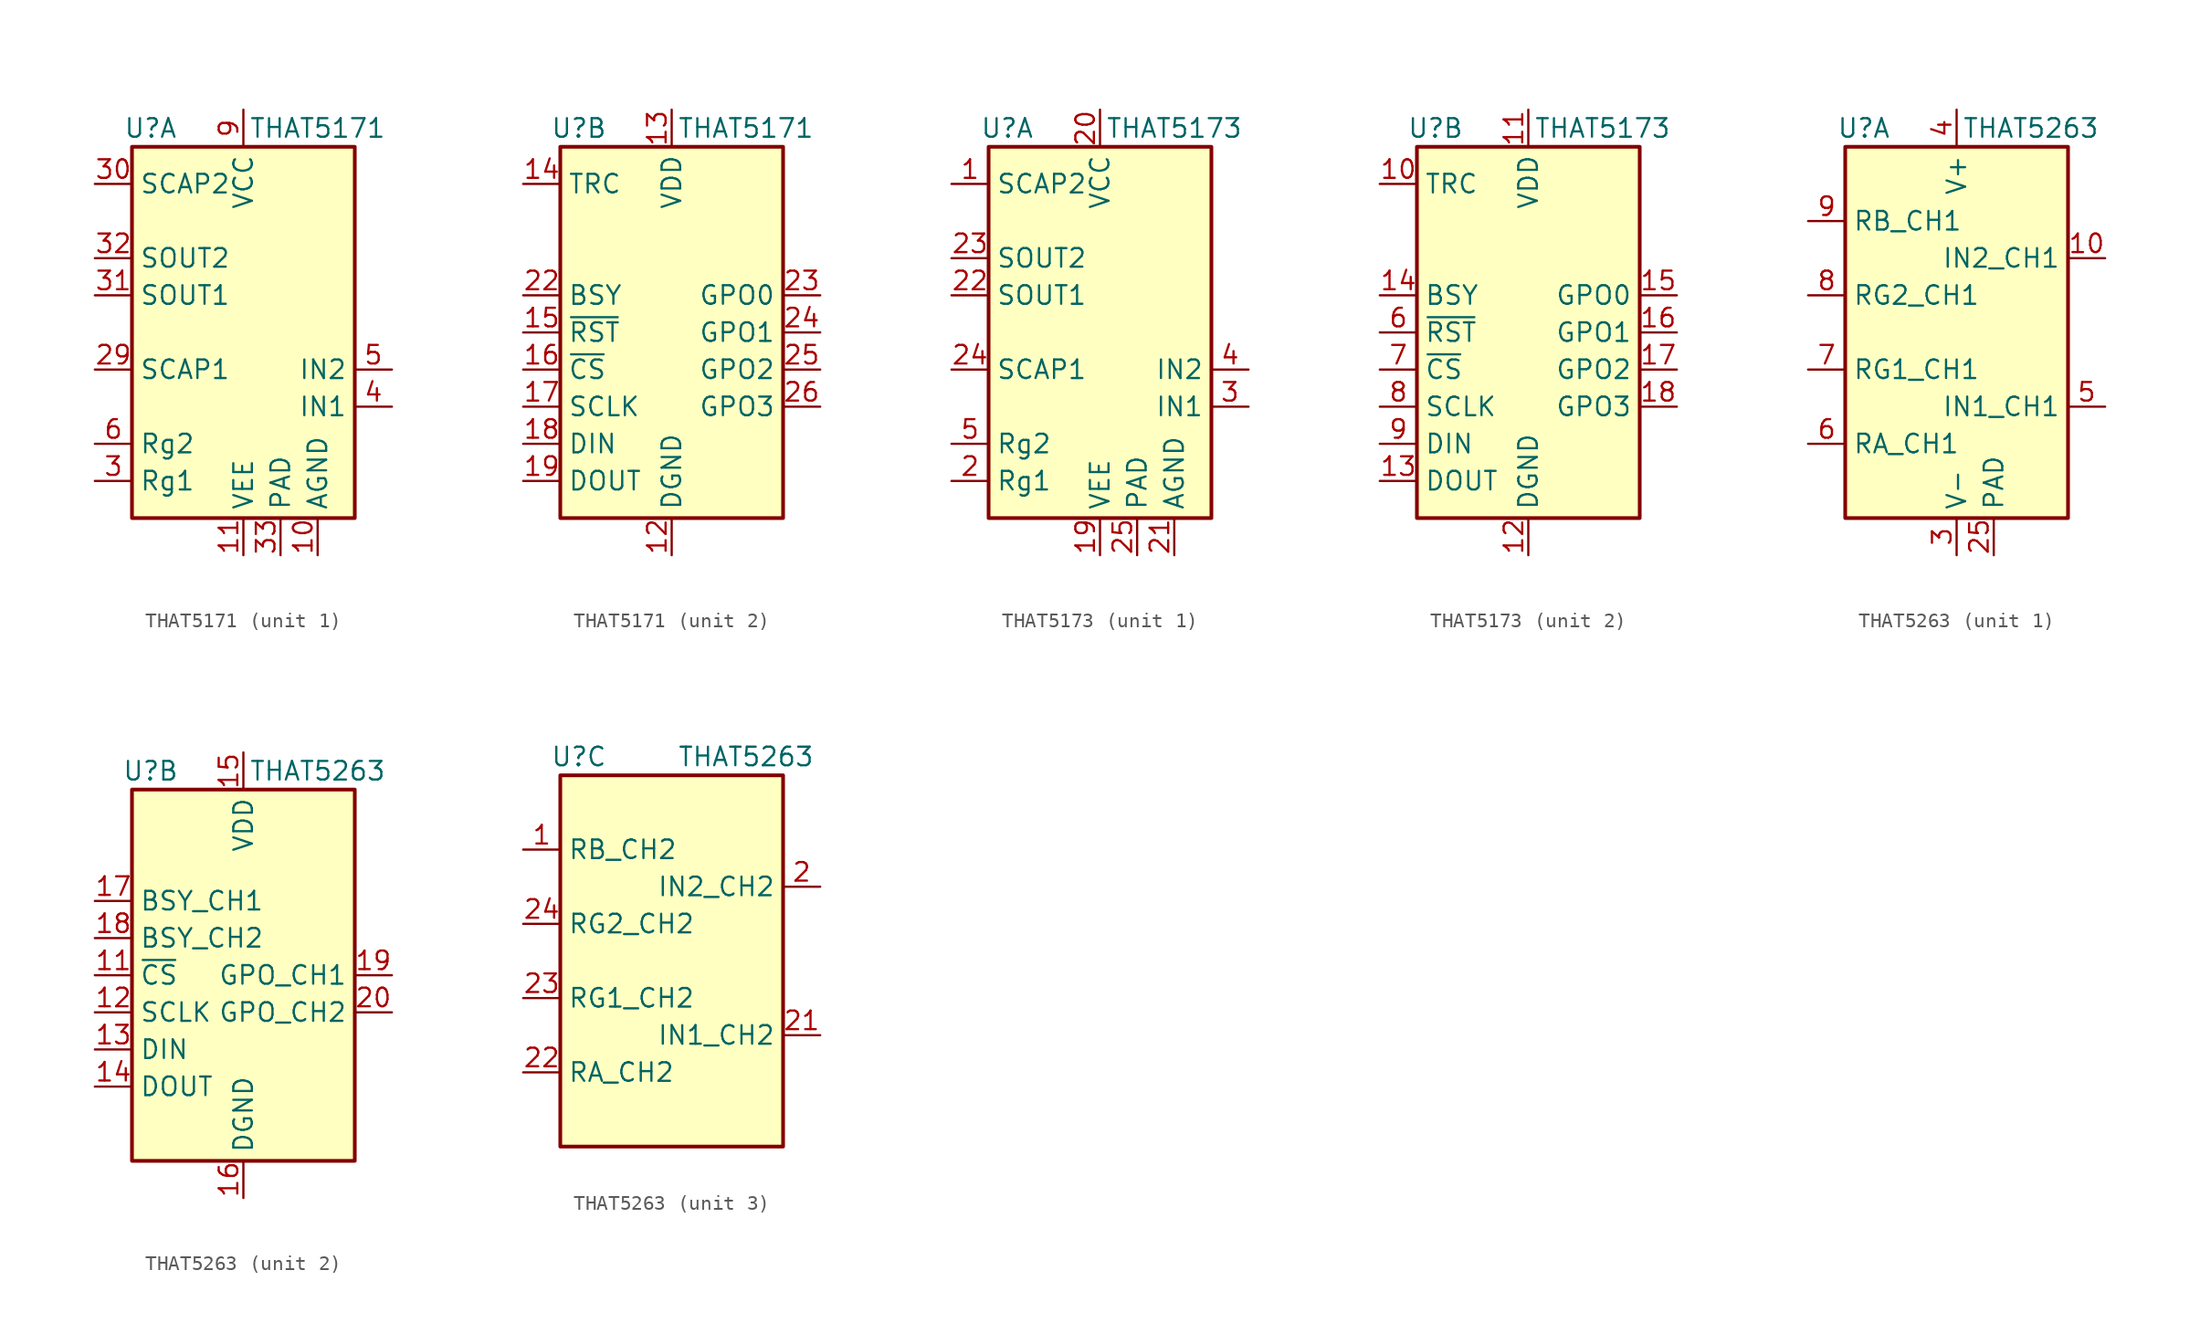
<source format=kicad_sym>
(kicad_symbol_lib
  (version 20231120)
  (generator "kicad_symbol_editor")
  (generator_version "8.0")
  (symbol "THAT5171"
    (property "Reference" "U"
      (at -6.35 13.97 0)
      (effects (font (size 1.27 1.27))))
    (property "Value" "THAT5171"
      (at 5.08 13.97 0)
      (effects (font (size 1.27 1.27))))
    (property "ki_locked" ""
      (at 0 0 0)
      (effects (font (size 1.27 1.27))))
    (symbol "THAT5171_0_1"
      (rectangle (start -7.62 12.7) (end 7.62 -12.7) (stroke (width 0.254) (type solid)) (fill (type background))))
    (symbol "THAT5171_1_1"
      (pin no_connect line (at 7.62 10.16 180) (length 2.54) hide (name "NC" (effects (font (size 1.27 1.27)))) (number "1" (effects (font (size 1.27 1.27)))))
      (pin power_in line (at 5.08 -15.24 90) (length 2.54) (name "AGND" (effects (font (size 1.27 1.27)))) (number "10" (effects (font (size 1.27 1.27)))))
      (pin power_in line (at 0 -15.24 90) (length 2.54) (name "VEE" (effects (font (size 1.27 1.27)))) (number "11" (effects (font (size 1.27 1.27)))))
      (pin no_connect line (at 7.62 7.62 180) (length 2.54) hide (name "NC" (effects (font (size 1.27 1.27)))) (number "2" (effects (font (size 1.27 1.27)))))
      (pin no_connect line (at 7.62 0 180) (length 2.54) hide (name "NC" (effects (font (size 1.27 1.27)))) (number "27" (effects (font (size 1.27 1.27)))))
      (pin passive line (at 5.08 -15.24 90) (length 2.54) hide (name "AGND" (effects (font (size 1.27 1.27)))) (number "28" (effects (font (size 1.27 1.27)))))
      (pin passive line (at -10.16 -2.54 0) (length 2.54) (name "SCAP1" (effects (font (size 1.27 1.27)))) (number "29" (effects (font (size 1.27 1.27)))))
      (pin passive line (at -10.16 -10.16 0) (length 2.54) (name "Rg1" (effects (font (size 1.27 1.27)))) (number "3" (effects (font (size 1.27 1.27)))))
      (pin passive line (at -10.16 10.16 0) (length 2.54) (name "SCAP2" (effects (font (size 1.27 1.27)))) (number "30" (effects (font (size 1.27 1.27)))))
      (pin output line (at -10.16 2.54 0) (length 2.54) (name "SOUT1" (effects (font (size 1.27 1.27)))) (number "31" (effects (font (size 1.27 1.27)))))
      (pin output line (at -10.16 5.08 0) (length 2.54) (name "SOUT2" (effects (font (size 1.27 1.27)))) (number "32" (effects (font (size 1.27 1.27)))))
      (pin passive line (at 2.54 -15.24 90) (length 2.54) (name "PAD" (effects (font (size 1.27 1.27)))) (number "33" (effects (font (size 1.27 1.27)))))
      (pin input line (at 10.16 -5.08 180) (length 2.54) (name "IN1" (effects (font (size 1.27 1.27)))) (number "4" (effects (font (size 1.27 1.27)))))
      (pin input line (at 10.16 -2.54 180) (length 2.54) (name "IN2" (effects (font (size 1.27 1.27)))) (number "5" (effects (font (size 1.27 1.27)))))
      (pin passive line (at -10.16 -7.62 0) (length 2.54) (name "Rg2" (effects (font (size 1.27 1.27)))) (number "6" (effects (font (size 1.27 1.27)))))
      (pin no_connect line (at 7.62 5.08 180) (length 2.54) hide (name "NC" (effects (font (size 1.27 1.27)))) (number "7" (effects (font (size 1.27 1.27)))))
      (pin no_connect line (at 7.62 2.54 180) (length 2.54) hide (name "NC" (effects (font (size 1.27 1.27)))) (number "8" (effects (font (size 1.27 1.27)))))
      (pin power_in line (at 0 15.24 270) (length 2.54) (name "VCC" (effects (font (size 1.27 1.27)))) (number "9" (effects (font (size 1.27 1.27))))))
    (symbol "THAT5171_2_1"
      (pin power_in line (at 0 -15.24 90) (length 2.54) (name "DGND" (effects (font (size 1.27 1.27)))) (number "12" (effects (font (size 1.27 1.27)))))
      (pin power_in line (at 0 15.24 270) (length 2.54) (name "VDD" (effects (font (size 1.27 1.27)))) (number "13" (effects (font (size 1.27 1.27)))))
      (pin passive line (at -10.16 10.16 0) (length 2.54) (name "TRC" (effects (font (size 1.27 1.27)))) (number "14" (effects (font (size 1.27 1.27)))))
      (pin input line (at -10.16 0 0) (length 2.54) (name "~{RST}" (effects (font (size 1.27 1.27)))) (number "15" (effects (font (size 1.27 1.27)))))
      (pin input line (at -10.16 -2.54 0) (length 2.54) (name "~{CS}" (effects (font (size 1.27 1.27)))) (number "16" (effects (font (size 1.27 1.27)))))
      (pin input line (at -10.16 -5.08 0) (length 2.54) (name "SCLK" (effects (font (size 1.27 1.27)))) (number "17" (effects (font (size 1.27 1.27)))))
      (pin input line (at -10.16 -7.62 0) (length 2.54) (name "DIN" (effects (font (size 1.27 1.27)))) (number "18" (effects (font (size 1.27 1.27)))))
      (pin tri_state line (at -10.16 -10.16 0) (length 2.54) (name "DOUT" (effects (font (size 1.27 1.27)))) (number "19" (effects (font (size 1.27 1.27)))))
      (pin passive line (at 0 -15.24 90) (length 2.54) hide (name "DGND" (effects (font (size 1.27 1.27)))) (number "20" (effects (font (size 1.27 1.27)))))
      (pin passive line (at 0 15.24 270) (length 2.54) hide (name "VDD" (effects (font (size 1.27 1.27)))) (number "21" (effects (font (size 1.27 1.27)))))
      (pin output line (at -10.16 2.54 0) (length 2.54) (name "BSY" (effects (font (size 1.27 1.27)))) (number "22" (effects (font (size 1.27 1.27)))))
      (pin bidirectional line (at 10.16 2.54 180) (length 2.54) (name "GPO0" (effects (font (size 1.27 1.27)))) (number "23" (effects (font (size 1.27 1.27)))))
      (pin bidirectional line (at 10.16 0 180) (length 2.54) (name "GPO1" (effects (font (size 1.27 1.27)))) (number "24" (effects (font (size 1.27 1.27)))))
      (pin bidirectional line (at 10.16 -2.54 180) (length 2.54) (name "GPO2" (effects (font (size 1.27 1.27)))) (number "25" (effects (font (size 1.27 1.27)))))
      (pin bidirectional line (at 10.16 -5.08 180) (length 2.54) (name "GPO3" (effects (font (size 1.27 1.27)))) (number "26" (effects (font (size 1.27 1.27)))))))
  (symbol "THAT5173"
    (property "Reference" "U"
      (at -6.35 13.97 0)
      (effects (font (size 1.27 1.27))))
    (property "Value" "THAT5173"
      (at 5.08 13.97 0)
      (effects (font (size 1.27 1.27))))
    (property "ki_locked" ""
      (at 0 0 0)
      (effects (font (size 1.27 1.27))))
    (symbol "THAT5173_0_1"
      (rectangle (start -7.62 12.7) (end 7.62 -12.7) (stroke (width 0.254) (type solid)) (fill (type background))))
    (symbol "THAT5173_1_1"
      (pin passive line (at -10.16 10.16 0) (length 2.54) (name "SCAP2" (effects (font (size 1.27 1.27)))) (number "1" (effects (font (size 1.27 1.27)))))
      (pin power_in line (at 0 -15.24 90) (length 2.54) (name "VEE" (effects (font (size 1.27 1.27)))) (number "19" (effects (font (size 1.27 1.27)))))
      (pin passive line (at -10.16 -10.16 0) (length 2.54) (name "Rg1" (effects (font (size 1.27 1.27)))) (number "2" (effects (font (size 1.27 1.27)))))
      (pin power_in line (at 0 15.24 270) (length 2.54) (name "VCC" (effects (font (size 1.27 1.27)))) (number "20" (effects (font (size 1.27 1.27)))))
      (pin power_in line (at 5.08 -15.24 90) (length 2.54) (name "AGND" (effects (font (size 1.27 1.27)))) (number "21" (effects (font (size 1.27 1.27)))))
      (pin output line (at -10.16 2.54 0) (length 2.54) (name "SOUT1" (effects (font (size 1.27 1.27)))) (number "22" (effects (font (size 1.27 1.27)))))
      (pin output line (at -10.16 5.08 0) (length 2.54) (name "SOUT2" (effects (font (size 1.27 1.27)))) (number "23" (effects (font (size 1.27 1.27)))))
      (pin passive line (at -10.16 -2.54 0) (length 2.54) (name "SCAP1" (effects (font (size 1.27 1.27)))) (number "24" (effects (font (size 1.27 1.27)))))
      (pin passive line (at 2.54 -15.24 90) (length 2.54) (name "PAD" (effects (font (size 1.27 1.27)))) (number "25" (effects (font (size 1.27 1.27)))))
      (pin input line (at 10.16 -5.08 180) (length 2.54) (name "IN1" (effects (font (size 1.27 1.27)))) (number "3" (effects (font (size 1.27 1.27)))))
      (pin input line (at 10.16 -2.54 180) (length 2.54) (name "IN2" (effects (font (size 1.27 1.27)))) (number "4" (effects (font (size 1.27 1.27)))))
      (pin passive line (at -10.16 -7.62 0) (length 2.54) (name "Rg2" (effects (font (size 1.27 1.27)))) (number "5" (effects (font (size 1.27 1.27))))))
    (symbol "THAT5173_2_1"
      (pin passive line (at -10.16 10.16 0) (length 2.54) (name "TRC" (effects (font (size 1.27 1.27)))) (number "10" (effects (font (size 1.27 1.27)))))
      (pin power_in line (at 0 15.24 270) (length 2.54) (name "VDD" (effects (font (size 1.27 1.27)))) (number "11" (effects (font (size 1.27 1.27)))))
      (pin power_in line (at 0 -15.24 90) (length 2.54) (name "DGND" (effects (font (size 1.27 1.27)))) (number "12" (effects (font (size 1.27 1.27)))))
      (pin tri_state line (at -10.16 -10.16 0) (length 2.54) (name "DOUT" (effects (font (size 1.27 1.27)))) (number "13" (effects (font (size 1.27 1.27)))))
      (pin output line (at -10.16 2.54 0) (length 2.54) (name "BSY" (effects (font (size 1.27 1.27)))) (number "14" (effects (font (size 1.27 1.27)))))
      (pin output line (at 10.16 2.54 180) (length 2.54) (name "GPO0" (effects (font (size 1.27 1.27)))) (number "15" (effects (font (size 1.27 1.27)))))
      (pin output line (at 10.16 0 180) (length 2.54) (name "GPO1" (effects (font (size 1.27 1.27)))) (number "16" (effects (font (size 1.27 1.27)))))
      (pin output line (at 10.16 -2.54 180) (length 2.54) (name "GPO2" (effects (font (size 1.27 1.27)))) (number "17" (effects (font (size 1.27 1.27)))))
      (pin output line (at 10.16 -5.08 180) (length 2.54) (name "GPO3" (effects (font (size 1.27 1.27)))) (number "18" (effects (font (size 1.27 1.27)))))
      (pin input line (at -10.16 0 0) (length 2.54) (name "~{RST}" (effects (font (size 1.27 1.27)))) (number "6" (effects (font (size 1.27 1.27)))))
      (pin input line (at -10.16 -2.54 0) (length 2.54) (name "~{CS}" (effects (font (size 1.27 1.27)))) (number "7" (effects (font (size 1.27 1.27)))))
      (pin input line (at -10.16 -5.08 0) (length 2.54) (name "SCLK" (effects (font (size 1.27 1.27)))) (number "8" (effects (font (size 1.27 1.27)))))
      (pin input line (at -10.16 -7.62 0) (length 2.54) (name "DIN" (effects (font (size 1.27 1.27)))) (number "9" (effects (font (size 1.27 1.27)))))))
  (symbol "THAT5263"
    (property "Reference" "U"
      (at -6.35 13.97 0)
      (effects (font (size 1.27 1.27))))
    (property "Value" "THAT5263"
      (at 5.08 13.97 0)
      (effects (font (size 1.27 1.27))))
    (property "ki_locked" ""
      (at 0 0 0)
      (effects (font (size 1.27 1.27))))
    (symbol "THAT5263_0_1"
      (rectangle (start -7.62 12.7) (end 7.62 -12.7) (stroke (width 0.254) (type solid)) (fill (type background))))
    (symbol "THAT5263_1_1"
      (pin input line (at 10.16 5.08 180) (length 2.54) (name "IN2_CH1" (effects (font (size 1.27 1.27)))) (number "10" (effects (font (size 1.27 1.27)))))
      (pin passive line (at 2.54 -15.24 90) (length 2.54) (name "PAD" (effects (font (size 1.27 1.27)))) (number "25" (effects (font (size 1.27 1.27)))))
      (pin power_in line (at 0 -15.24 90) (length 2.54) (name "V-" (effects (font (size 1.27 1.27)))) (number "3" (effects (font (size 1.27 1.27)))))
      (pin power_in line (at 0 15.24 270) (length 2.54) (name "V+" (effects (font (size 1.27 1.27)))) (number "4" (effects (font (size 1.27 1.27)))))
      (pin input line (at 10.16 -5.08 180) (length 2.54) (name "IN1_CH1" (effects (font (size 1.27 1.27)))) (number "5" (effects (font (size 1.27 1.27)))))
      (pin passive line (at -10.16 -7.62 0) (length 2.54) (name "RA_CH1" (effects (font (size 1.27 1.27)))) (number "6" (effects (font (size 1.27 1.27)))))
      (pin passive line (at -10.16 -2.54 0) (length 2.54) (name "RG1_CH1" (effects (font (size 1.27 1.27)))) (number "7" (effects (font (size 1.27 1.27)))))
      (pin passive line (at -10.16 2.54 0) (length 2.54) (name "RG2_CH1" (effects (font (size 1.27 1.27)))) (number "8" (effects (font (size 1.27 1.27)))))
      (pin passive line (at -10.16 7.62 0) (length 2.54) (name "RB_CH1" (effects (font (size 1.27 1.27)))) (number "9" (effects (font (size 1.27 1.27))))))
    (symbol "THAT5263_2_1"
      (pin input line (at -10.16 0 0) (length 2.54) (name "~{CS}" (effects (font (size 1.27 1.27)))) (number "11" (effects (font (size 1.27 1.27)))))
      (pin input line (at -10.16 -2.54 0) (length 2.54) (name "SCLK" (effects (font (size 1.27 1.27)))) (number "12" (effects (font (size 1.27 1.27)))))
      (pin input line (at -10.16 -5.08 0) (length 2.54) (name "DIN" (effects (font (size 1.27 1.27)))) (number "13" (effects (font (size 1.27 1.27)))))
      (pin tri_state line (at -10.16 -7.62 0) (length 2.54) (name "DOUT" (effects (font (size 1.27 1.27)))) (number "14" (effects (font (size 1.27 1.27)))))
      (pin power_in line (at 0 15.24 270) (length 2.54) (name "VDD" (effects (font (size 1.27 1.27)))) (number "15" (effects (font (size 1.27 1.27)))))
      (pin power_in line (at 0 -15.24 90) (length 2.54) (name "DGND" (effects (font (size 1.27 1.27)))) (number "16" (effects (font (size 1.27 1.27)))))
      (pin output line (at -10.16 5.08 0) (length 2.54) (name "BSY_CH1" (effects (font (size 1.27 1.27)))) (number "17" (effects (font (size 1.27 1.27)))))
      (pin output line (at -10.16 2.54 0) (length 2.54) (name "BSY_CH2" (effects (font (size 1.27 1.27)))) (number "18" (effects (font (size 1.27 1.27)))))
      (pin output line (at 10.16 0 180) (length 2.54) (name "GPO_CH1" (effects (font (size 1.27 1.27)))) (number "19" (effects (font (size 1.27 1.27)))))
      (pin output line (at 10.16 -2.54 180) (length 2.54) (name "GPO_CH2" (effects (font (size 1.27 1.27)))) (number "20" (effects (font (size 1.27 1.27))))))
    (symbol "THAT5263_3_1"
      (pin passive line (at -10.16 7.62 0) (length 2.54) (name "RB_CH2" (effects (font (size 1.27 1.27)))) (number "1" (effects (font (size 1.27 1.27)))))
      (pin input line (at 10.16 5.08 180) (length 2.54) (name "IN2_CH2" (effects (font (size 1.27 1.27)))) (number "2" (effects (font (size 1.27 1.27)))))
      (pin input line (at 10.16 -5.08 180) (length 2.54) (name "IN1_CH2" (effects (font (size 1.27 1.27)))) (number "21" (effects (font (size 1.27 1.27)))))
      (pin passive line (at -10.16 -7.62 0) (length 2.54) (name "RA_CH2" (effects (font (size 1.27 1.27)))) (number "22" (effects (font (size 1.27 1.27)))))
      (pin passive line (at -10.16 -2.54 0) (length 2.54) (name "RG1_CH2" (effects (font (size 1.27 1.27)))) (number "23" (effects (font (size 1.27 1.27)))))
      (pin passive line (at -10.16 2.54 0) (length 2.54) (name "RG2_CH2" (effects (font (size 1.27 1.27)))) (number "24" (effects (font (size 1.27 1.27))))))))
</source>
